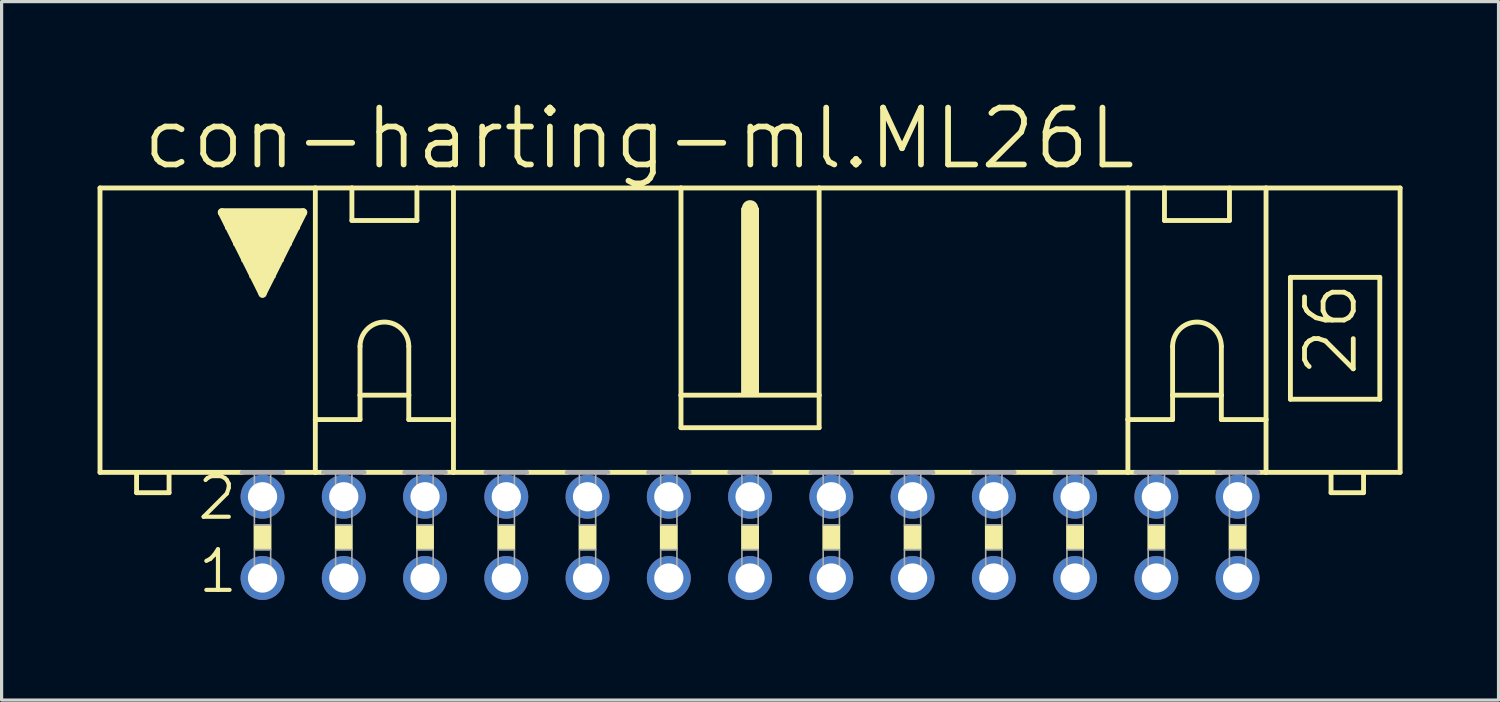
<source format=kicad_pcb>
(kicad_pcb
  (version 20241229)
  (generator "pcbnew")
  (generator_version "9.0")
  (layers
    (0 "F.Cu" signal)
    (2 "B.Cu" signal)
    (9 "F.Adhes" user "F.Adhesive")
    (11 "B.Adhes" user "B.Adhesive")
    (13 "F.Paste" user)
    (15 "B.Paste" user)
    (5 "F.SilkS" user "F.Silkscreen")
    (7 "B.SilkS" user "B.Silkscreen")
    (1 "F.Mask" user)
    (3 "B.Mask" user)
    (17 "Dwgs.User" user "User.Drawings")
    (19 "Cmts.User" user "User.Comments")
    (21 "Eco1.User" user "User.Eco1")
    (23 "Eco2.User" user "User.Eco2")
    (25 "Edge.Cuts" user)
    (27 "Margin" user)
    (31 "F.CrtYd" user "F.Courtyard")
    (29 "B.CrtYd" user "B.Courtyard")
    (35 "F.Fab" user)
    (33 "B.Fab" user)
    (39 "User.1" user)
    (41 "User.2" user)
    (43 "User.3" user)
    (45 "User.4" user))
  (footprint "con-harting-ml.ML26L"
    (layer "F.Cu")
    (at 20.396 13.748)
    (property "Reference" "con-harting-ml.ML26L" (at -19.075 -11.43 0) (layer "F.SilkS") (effects (font (size 1.778 1.778) (thickness 0.18)) (justify left bottom)))
    (attr through_hole)
    (fp_line (start -20.32 -2.032) (end -20.32 -10.922) (stroke (width 0.152) (type default)) (layer "F.SilkS"))
    (fp_line (start -20.32 -2.032) (end -19.177 -2.032) (stroke (width 0.152) (type default)) (layer "F.SilkS"))
    (fp_line (start -19.177 -2.032) (end -19.177 -1.397) (stroke (width 0.152) (type default)) (layer "F.SilkS"))
    (fp_line (start -19.177 -2.032) (end -18.161 -2.032) (stroke (width 0.152) (type default)) (layer "F.SilkS"))
    (fp_line (start -18.161 -2.032) (end -15.875 -2.032) (stroke (width 0.152) (type default)) (layer "F.SilkS"))
    (fp_line (start -18.161 -1.397) (end -19.177 -1.397) (stroke (width 0.152) (type default)) (layer "F.SilkS"))
    (fp_line (start -18.161 -1.397) (end -18.161 -2.032) (stroke (width 0.152) (type default)) (layer "F.SilkS"))
    (fp_line (start -16.51 -10.16) (end -13.97 -10.16) (stroke (width 0.254) (type default)) (layer "F.SilkS"))
    (fp_line (start -15.24 -7.62) (end -16.51 -10.16) (stroke (width 0.254) (type default)) (layer "F.SilkS"))
    (fp_line (start -14.605 -2.032) (end -13.589 -2.032) (stroke (width 0.152) (type default)) (layer "F.SilkS"))
    (fp_line (start -13.97 -10.16) (end -15.24 -7.62) (stroke (width 0.254) (type default)) (layer "F.SilkS"))
    (fp_line (start -13.589 -10.922) (end -20.32 -10.922) (stroke (width 0.152) (type default)) (layer "F.SilkS"))
    (fp_line (start -13.589 -10.922) (end -12.446 -10.922) (stroke (width 0.152) (type default)) (layer "F.SilkS"))
    (fp_line (start -13.589 -3.683) (end -13.589 -10.922) (stroke (width 0.152) (type default)) (layer "F.SilkS"))
    (fp_line (start -13.589 -3.683) (end -13.589 -2.032) (stroke (width 0.152) (type default)) (layer "F.SilkS"))
    (fp_line (start -13.589 -3.683) (end -12.192 -3.683) (stroke (width 0.152) (type default)) (layer "F.SilkS"))
    (fp_line (start -13.589 -2.032) (end -13.335 -2.032) (stroke (width 0.152) (type default)) (layer "F.SilkS"))
    (fp_line (start -12.446 -10.922) (end -10.414 -10.922) (stroke (width 0.152) (type default)) (layer "F.SilkS"))
    (fp_line (start -12.446 -9.906) (end -12.446 -10.922) (stroke (width 0.152) (type default)) (layer "F.SilkS"))
    (fp_line (start -12.446 -9.906) (end -10.414 -9.906) (stroke (width 0.152) (type default)) (layer "F.SilkS"))
    (fp_line (start -12.192 -5.969) (end -12.192 -4.445) (stroke (width 0.152) (type default)) (layer "F.SilkS"))
    (fp_line (start -12.192 -4.445) (end -12.192 -3.683) (stroke (width 0.152) (type default)) (layer "F.SilkS"))
    (fp_line (start -12.192 -4.445) (end -10.668 -4.445) (stroke (width 0.152) (type default)) (layer "F.SilkS"))
    (fp_line (start -12.065 -2.032) (end -10.795 -2.032) (stroke (width 0.152) (type default)) (layer "F.SilkS"))
    (fp_line (start -10.668 -5.969) (end -10.668 -4.445) (stroke (width 0.152) (type default)) (layer "F.SilkS"))
    (fp_line (start -10.668 -4.445) (end -10.668 -3.683) (stroke (width 0.152) (type default)) (layer "F.SilkS"))
    (fp_line (start -10.668 -3.683) (end -9.271 -3.683) (stroke (width 0.152) (type default)) (layer "F.SilkS"))
    (fp_line (start -10.414 -10.922) (end -10.414 -9.906) (stroke (width 0.152) (type default)) (layer "F.SilkS"))
    (fp_line (start -10.414 -10.922) (end -9.271 -10.922) (stroke (width 0.152) (type default)) (layer "F.SilkS"))
    (fp_line (start -9.271 -10.922) (end -2.159 -10.922) (stroke (width 0.152) (type default)) (layer "F.SilkS"))
    (fp_line (start -9.271 -3.683) (end -9.271 -10.922) (stroke (width 0.152) (type default)) (layer "F.SilkS"))
    (fp_line (start -9.271 -3.683) (end -9.271 -2.032) (stroke (width 0.152) (type default)) (layer "F.SilkS"))
    (fp_line (start -9.271 -2.032) (end -9.525 -2.032) (stroke (width 0.152) (type default)) (layer "F.SilkS"))
    (fp_line (start -9.271 -2.032) (end -8.255 -2.032) (stroke (width 0.152) (type default)) (layer "F.SilkS"))
    (fp_line (start -6.985 -2.032) (end -5.715 -2.032) (stroke (width 0.152) (type default)) (layer "F.SilkS"))
    (fp_line (start -4.445 -2.032) (end -3.175 -2.032) (stroke (width 0.152) (type default)) (layer "F.SilkS"))
    (fp_line (start -2.159 -10.922) (end -2.159 -4.445) (stroke (width 0.152) (type default)) (layer "F.SilkS"))
    (fp_line (start -2.159 -10.922) (end 2.159 -10.922) (stroke (width 0.152) (type default)) (layer "F.SilkS"))
    (fp_line (start -2.159 -4.445) (end -2.159 -3.429) (stroke (width 0.152) (type default)) (layer "F.SilkS"))
    (fp_line (start -1.905 -2.032) (end -0.635 -2.032) (stroke (width 0.152) (type default)) (layer "F.SilkS"))
    (fp_line (start 0 -10.033) (end 0 -10.287) (stroke (width 0.508) (type default)) (layer "F.SilkS"))
    (fp_line (start 0.635 -2.032) (end 1.905 -2.032) (stroke (width 0.152) (type default)) (layer "F.SilkS"))
    (fp_line (start 2.159 -10.922) (end 2.159 -4.445) (stroke (width 0.152) (type default)) (layer "F.SilkS"))
    (fp_line (start 2.159 -10.922) (end 11.811 -10.922) (stroke (width 0.152) (type default)) (layer "F.SilkS"))
    (fp_line (start 2.159 -4.445) (end -2.159 -4.445) (stroke (width 0.152) (type default)) (layer "F.SilkS"))
    (fp_line (start 2.159 -4.445) (end 2.159 -3.429) (stroke (width 0.152) (type default)) (layer "F.SilkS"))
    (fp_line (start 2.159 -3.429) (end -2.159 -3.429) (stroke (width 0.152) (type default)) (layer "F.SilkS"))
    (fp_line (start 3.175 -2.032) (end 4.445 -2.032) (stroke (width 0.152) (type default)) (layer "F.SilkS"))
    (fp_line (start 5.715 -2.032) (end 6.985 -2.032) (stroke (width 0.152) (type default)) (layer "F.SilkS"))
    (fp_line (start 8.255 -2.032) (end 9.525 -2.032) (stroke (width 0.152) (type default)) (layer "F.SilkS"))
    (fp_line (start 10.795 -2.032) (end 11.811 -2.032) (stroke (width 0.152) (type default)) (layer "F.SilkS"))
    (fp_line (start 11.811 -10.922) (end 16.129 -10.922) (stroke (width 0.152) (type default)) (layer "F.SilkS"))
    (fp_line (start 11.811 -3.683) (end 11.811 -10.922) (stroke (width 0.152) (type default)) (layer "F.SilkS"))
    (fp_line (start 11.811 -3.683) (end 11.811 -2.032) (stroke (width 0.152) (type default)) (layer "F.SilkS"))
    (fp_line (start 11.811 -3.683) (end 13.208 -3.683) (stroke (width 0.152) (type default)) (layer "F.SilkS"))
    (fp_line (start 11.811 -2.032) (end 12.065 -2.032) (stroke (width 0.152) (type default)) (layer "F.SilkS"))
    (fp_line (start 12.954 -9.906) (end 12.954 -10.922) (stroke (width 0.152) (type default)) (layer "F.SilkS"))
    (fp_line (start 12.954 -9.906) (end 14.986 -9.906) (stroke (width 0.152) (type default)) (layer "F.SilkS"))
    (fp_line (start 13.208 -5.969) (end 13.208 -4.445) (stroke (width 0.152) (type default)) (layer "F.SilkS"))
    (fp_line (start 13.208 -4.445) (end 13.208 -3.683) (stroke (width 0.152) (type default)) (layer "F.SilkS"))
    (fp_line (start 13.208 -4.445) (end 14.732 -4.445) (stroke (width 0.152) (type default)) (layer "F.SilkS"))
    (fp_line (start 13.335 -2.032) (end 14.732 -2.032) (stroke (width 0.152) (type default)) (layer "F.SilkS"))
    (fp_line (start 14.732 -5.969) (end 14.732 -4.445) (stroke (width 0.152) (type default)) (layer "F.SilkS"))
    (fp_line (start 14.732 -4.445) (end 14.732 -3.683) (stroke (width 0.152) (type default)) (layer "F.SilkS"))
    (fp_line (start 14.732 -3.683) (end 16.129 -3.683) (stroke (width 0.152) (type default)) (layer "F.SilkS"))
    (fp_line (start 14.986 -10.922) (end 14.986 -9.906) (stroke (width 0.152) (type default)) (layer "F.SilkS"))
    (fp_line (start 16.129 -10.922) (end 20.32 -10.922) (stroke (width 0.152) (type default)) (layer "F.SilkS"))
    (fp_line (start 16.129 -3.683) (end 16.129 -10.922) (stroke (width 0.152) (type default)) (layer "F.SilkS"))
    (fp_line (start 16.129 -3.683) (end 16.129 -2.032) (stroke (width 0.152) (type default)) (layer "F.SilkS"))
    (fp_line (start 16.129 -2.032) (end 15.875 -2.032) (stroke (width 0.152) (type default)) (layer "F.SilkS"))
    (fp_line (start 16.891 -8.128) (end 16.891 -4.318) (stroke (width 0.152) (type default)) (layer "F.SilkS"))
    (fp_line (start 16.891 -8.128) (end 19.685 -8.128) (stroke (width 0.152) (type default)) (layer "F.SilkS"))
    (fp_line (start 16.891 -4.318) (end 19.685 -4.318) (stroke (width 0.152) (type default)) (layer "F.SilkS"))
    (fp_line (start 18.161 -2.032) (end 16.129 -2.032) (stroke (width 0.152) (type default)) (layer "F.SilkS"))
    (fp_line (start 18.161 -2.032) (end 18.161 -1.397) (stroke (width 0.152) (type default)) (layer "F.SilkS"))
    (fp_line (start 19.177 -2.032) (end 18.161 -2.032) (stroke (width 0.152) (type default)) (layer "F.SilkS"))
    (fp_line (start 19.177 -1.397) (end 18.161 -1.397) (stroke (width 0.152) (type default)) (layer "F.SilkS"))
    (fp_line (start 19.177 -1.397) (end 19.177 -2.032) (stroke (width 0.152) (type default)) (layer "F.SilkS"))
    (fp_line (start 19.685 -4.318) (end 19.685 -8.128) (stroke (width 0.152) (type default)) (layer "F.SilkS"))
    (fp_line (start 20.32 -2.032) (end 19.177 -2.032) (stroke (width 0.152) (type default)) (layer "F.SilkS"))
    (fp_line (start 20.32 -2.032) (end 20.32 -10.922) (stroke (width 0.152) (type default)) (layer "F.SilkS"))
    (fp_rect (start -16.383 -9.652) (end -14.097 -10.16) (stroke (width 0.05) (type default)) (fill yes) (layer "F.SilkS"))
    (fp_rect (start -16.129 -9.144) (end -14.351 -9.652) (stroke (width 0.05) (type default)) (fill yes) (layer "F.SilkS"))
    (fp_rect (start -15.875 -8.636) (end -14.605 -9.144) (stroke (width 0.05) (type default)) (fill yes) (layer "F.SilkS"))
    (fp_rect (start -15.621 -8.128) (end -14.859 -8.636) (stroke (width 0.05) (type default)) (fill yes) (layer "F.SilkS"))
    (fp_rect (start -15.494 0.381) (end -14.986 -0.381) (stroke (width 0.05) (type default)) (fill yes) (layer "F.SilkS"))
    (fp_rect (start -15.367 -7.874) (end -15.113 -8.128) (stroke (width 0.05) (type default)) (fill yes) (layer "F.SilkS"))
    (fp_rect (start -12.954 0.381) (end -12.446 -0.381) (stroke (width 0.05) (type default)) (fill yes) (layer "F.SilkS"))
    (fp_rect (start -10.414 0.381) (end -9.906 -0.381) (stroke (width 0.05) (type default)) (fill yes) (layer "F.SilkS"))
    (fp_rect (start -7.874 0.381) (end -7.366 -0.381) (stroke (width 0.05) (type default)) (fill yes) (layer "F.SilkS"))
    (fp_rect (start -5.334 0.381) (end -4.826 -0.381) (stroke (width 0.05) (type default)) (fill yes) (layer "F.SilkS"))
    (fp_rect (start -2.794 0.381) (end -2.286 -0.381) (stroke (width 0.05) (type default)) (fill yes) (layer "F.SilkS"))
    (fp_rect (start -0.254 -4.445) (end 0.254 -10.287) (stroke (width 0.05) (type default)) (fill yes) (layer "F.SilkS"))
    (fp_rect (start -0.254 0.381) (end 0.254 -0.381) (stroke (width 0.05) (type default)) (fill yes) (layer "F.SilkS"))
    (fp_rect (start 2.286 0.381) (end 2.794 -0.381) (stroke (width 0.05) (type default)) (fill yes) (layer "F.SilkS"))
    (fp_rect (start 4.826 0.381) (end 5.334 -0.381) (stroke (width 0.05) (type default)) (fill yes) (layer "F.SilkS"))
    (fp_rect (start 7.366 0.381) (end 7.874 -0.381) (stroke (width 0.05) (type default)) (fill yes) (layer "F.SilkS"))
    (fp_rect (start 9.906 0.381) (end 10.414 -0.381) (stroke (width 0.05) (type default)) (fill yes) (layer "F.SilkS"))
    (fp_rect (start 12.446 0.381) (end 12.954 -0.381) (stroke (width 0.05) (type default)) (fill yes) (layer "F.SilkS"))
    (fp_rect (start 14.986 0.381) (end 15.494 -0.381) (stroke (width 0.05) (type default)) (fill yes) (layer "F.SilkS"))
    (fp_arc (start -12.192 -5.969) (mid -11.43 -6.731) (end -10.668 -5.969) (stroke (width 0.1524) (type default)) (layer "F.SilkS"))
    (fp_arc (start 13.208 -5.969) (mid 13.97 -6.731) (end 14.732 -5.969) (stroke (width 0.1524) (type default)) (layer "F.SilkS"))
    (fp_line (start -15.875 -2.032) (end -14.605 -2.032) (stroke (width 0.152) (type default)) (layer "F.Fab"))
    (fp_line (start -13.335 -2.032) (end -12.065 -2.032) (stroke (width 0.152) (type default)) (layer "F.Fab"))
    (fp_line (start -10.795 -2.032) (end -9.525 -2.032) (stroke (width 0.152) (type default)) (layer "F.Fab"))
    (fp_line (start -8.255 -2.032) (end -6.985 -2.032) (stroke (width 0.152) (type default)) (layer "F.Fab"))
    (fp_line (start -4.445 -2.032) (end -5.715 -2.032) (stroke (width 0.152) (type default)) (layer "F.Fab"))
    (fp_line (start -1.905 -2.032) (end -3.175 -2.032) (stroke (width 0.152) (type default)) (layer "F.Fab"))
    (fp_line (start 0.635 -2.032) (end -0.635 -2.032) (stroke (width 0.152) (type default)) (layer "F.Fab"))
    (fp_line (start 3.175 -2.032) (end 1.905 -2.032) (stroke (width 0.152) (type default)) (layer "F.Fab"))
    (fp_line (start 5.715 -2.032) (end 4.445 -2.032) (stroke (width 0.152) (type default)) (layer "F.Fab"))
    (fp_line (start 8.255 -2.032) (end 6.985 -2.032) (stroke (width 0.152) (type default)) (layer "F.Fab"))
    (fp_line (start 10.795 -2.032) (end 9.525 -2.032) (stroke (width 0.152) (type default)) (layer "F.Fab"))
    (fp_line (start 13.335 -2.032) (end 12.065 -2.032) (stroke (width 0.152) (type default)) (layer "F.Fab"))
    (fp_line (start 15.875 -2.032) (end 14.605 -2.032) (stroke (width 0.152) (type default)) (layer "F.Fab"))
    (fp_rect (start -15.494 -0.381) (end -14.986 -2.032) (stroke (width 0.05) (type default)) (fill no) (layer "F.Fab"))
    (fp_rect (start -15.494 1.524) (end -14.986 0.381) (stroke (width 0.05) (type default)) (fill no) (layer "F.Fab"))
    (fp_rect (start -12.954 -0.381) (end -12.446 -2.032) (stroke (width 0.05) (type default)) (fill no) (layer "F.Fab"))
    (fp_rect (start -12.954 1.524) (end -12.446 0.381) (stroke (width 0.05) (type default)) (fill no) (layer "F.Fab"))
    (fp_rect (start -10.414 -0.381) (end -9.906 -2.032) (stroke (width 0.05) (type default)) (fill no) (layer "F.Fab"))
    (fp_rect (start -10.414 1.524) (end -9.906 0.381) (stroke (width 0.05) (type default)) (fill no) (layer "F.Fab"))
    (fp_rect (start -7.874 -0.381) (end -7.366 -2.032) (stroke (width 0.05) (type default)) (fill no) (layer "F.Fab"))
    (fp_rect (start -7.874 1.524) (end -7.366 0.381) (stroke (width 0.05) (type default)) (fill no) (layer "F.Fab"))
    (fp_rect (start -5.334 -0.381) (end -4.826 -2.032) (stroke (width 0.05) (type default)) (fill no) (layer "F.Fab"))
    (fp_rect (start -5.334 1.524) (end -4.826 0.381) (stroke (width 0.05) (type default)) (fill no) (layer "F.Fab"))
    (fp_rect (start -2.794 -0.381) (end -2.286 -2.032) (stroke (width 0.05) (type default)) (fill no) (layer "F.Fab"))
    (fp_rect (start -2.794 1.524) (end -2.286 0.381) (stroke (width 0.05) (type default)) (fill no) (layer "F.Fab"))
    (fp_rect (start -0.254 -0.381) (end 0.254 -2.032) (stroke (width 0.05) (type default)) (fill no) (layer "F.Fab"))
    (fp_rect (start -0.254 1.524) (end 0.254 0.381) (stroke (width 0.05) (type default)) (fill no) (layer "F.Fab"))
    (fp_rect (start 2.286 -0.381) (end 2.794 -2.032) (stroke (width 0.05) (type default)) (fill no) (layer "F.Fab"))
    (fp_rect (start 2.286 1.524) (end 2.794 0.381) (stroke (width 0.05) (type default)) (fill no) (layer "F.Fab"))
    (fp_rect (start 4.826 -0.381) (end 5.334 -2.032) (stroke (width 0.05) (type default)) (fill no) (layer "F.Fab"))
    (fp_rect (start 4.826 1.524) (end 5.334 0.381) (stroke (width 0.05) (type default)) (fill no) (layer "F.Fab"))
    (fp_rect (start 7.366 -0.381) (end 7.874 -2.032) (stroke (width 0.05) (type default)) (fill no) (layer "F.Fab"))
    (fp_rect (start 7.366 1.524) (end 7.874 0.381) (stroke (width 0.05) (type default)) (fill no) (layer "F.Fab"))
    (fp_rect (start 9.906 -0.381) (end 10.414 -2.032) (stroke (width 0.05) (type default)) (fill no) (layer "F.Fab"))
    (fp_rect (start 9.906 1.524) (end 10.414 0.381) (stroke (width 0.05) (type default)) (fill no) (layer "F.Fab"))
    (fp_rect (start 12.446 -0.381) (end 12.954 -2.032) (stroke (width 0.05) (type default)) (fill no) (layer "F.Fab"))
    (fp_rect (start 12.446 1.524) (end 12.954 0.381) (stroke (width 0.05) (type default)) (fill no) (layer "F.Fab"))
    (fp_rect (start 14.986 -0.381) (end 15.494 -2.032) (stroke (width 0.05) (type default)) (fill no) (layer "F.Fab"))
    (fp_rect (start 14.986 1.524) (end 15.494 0.381) (stroke (width 0.05) (type default)) (fill no) (layer "F.Fab"))
    (fp_text user "1" (at -17.323 1.803 0) (layer "F.SilkS") (effects (font (size 1.27 1.27) (thickness 0.13)) (justify left bottom)))
    (fp_text user "26" (at 19.05 -4.953 90) (layer "F.SilkS") (effects (font (size 1.524 1.524) (thickness 0.15)) (justify left bottom)))
    (fp_text user "2" (at -17.348 -0.483 0) (layer "F.SilkS") (effects (font (size 1.27 1.27) (thickness 0.13)) (justify left bottom)))
    (pad "1" thru_hole circle (at -15.24 1.27) (size 1.372 1.372) (drill 0.914) (layers "*.Cu" "*.Mask"))
    (pad "2" thru_hole circle (at -15.24 -1.27) (size 1.372 1.372) (drill 0.914) (layers "*.Cu" "*.Mask"))
    (pad "3" thru_hole circle (at -12.7 1.27) (size 1.372 1.372) (drill 0.914) (layers "*.Cu" "*.Mask"))
    (pad "4" thru_hole circle (at -12.7 -1.27) (size 1.372 1.372) (drill 0.914) (layers "*.Cu" "*.Mask"))
    (pad "5" thru_hole circle (at -10.16 1.27) (size 1.372 1.372) (drill 0.914) (layers "*.Cu" "*.Mask"))
    (pad "6" thru_hole circle (at -10.16 -1.27) (size 1.372 1.372) (drill 0.914) (layers "*.Cu" "*.Mask"))
    (pad "7" thru_hole circle (at -7.62 1.27) (size 1.372 1.372) (drill 0.914) (layers "*.Cu" "*.Mask"))
    (pad "8" thru_hole circle (at -7.62 -1.27) (size 1.372 1.372) (drill 0.914) (layers "*.Cu" "*.Mask"))
    (pad "9" thru_hole circle (at -5.08 1.27) (size 1.372 1.372) (drill 0.914) (layers "*.Cu" "*.Mask"))
    (pad "10" thru_hole circle (at -5.08 -1.27) (size 1.372 1.372) (drill 0.914) (layers "*.Cu" "*.Mask"))
    (pad "11" thru_hole circle (at -2.54 1.27) (size 1.372 1.372) (drill 0.914) (layers "*.Cu" "*.Mask"))
    (pad "12" thru_hole circle (at -2.54 -1.27) (size 1.372 1.372) (drill 0.914) (layers "*.Cu" "*.Mask"))
    (pad "13" thru_hole circle (at 0 1.27) (size 1.372 1.372) (drill 0.914) (layers "*.Cu" "*.Mask"))
    (pad "14" thru_hole circle (at 0 -1.27) (size 1.372 1.372) (drill 0.914) (layers "*.Cu" "*.Mask"))
    (pad "15" thru_hole circle (at 2.54 1.27) (size 1.372 1.372) (drill 0.914) (layers "*.Cu" "*.Mask"))
    (pad "16" thru_hole circle (at 2.54 -1.27) (size 1.372 1.372) (drill 0.914) (layers "*.Cu" "*.Mask"))
    (pad "17" thru_hole circle (at 5.08 1.27) (size 1.372 1.372) (drill 0.914) (layers "*.Cu" "*.Mask"))
    (pad "18" thru_hole circle (at 5.08 -1.27) (size 1.372 1.372) (drill 0.914) (layers "*.Cu" "*.Mask"))
    (pad "19" thru_hole circle (at 7.62 1.27) (size 1.372 1.372) (drill 0.914) (layers "*.Cu" "*.Mask"))
    (pad "20" thru_hole circle (at 7.62 -1.27) (size 1.372 1.372) (drill 0.914) (layers "*.Cu" "*.Mask"))
    (pad "21" thru_hole circle (at 10.16 1.27) (size 1.372 1.372) (drill 0.914) (layers "*.Cu" "*.Mask"))
    (pad "22" thru_hole circle (at 10.16 -1.27) (size 1.372 1.372) (drill 0.914) (layers "*.Cu" "*.Mask"))
    (pad "23" thru_hole circle (at 12.7 1.27) (size 1.372 1.372) (drill 0.914) (layers "*.Cu" "*.Mask"))
    (pad "24" thru_hole circle (at 12.7 -1.27) (size 1.372 1.372) (drill 0.914) (layers "*.Cu" "*.Mask"))
    (pad "25" thru_hole circle (at 15.24 1.27) (size 1.372 1.372) (drill 0.914) (layers "*.Cu" "*.Mask"))
    (pad "26" thru_hole circle (at 15.24 -1.27) (size 1.372 1.372) (drill 0.914) (layers "*.Cu" "*.Mask")))
  (gr_rect
    (start -3 -3)
    (end 43.792 18.834)
    (stroke (width 0.1) (type default))
    (fill no)
    (layer "Edge.Cuts")))
</source>
